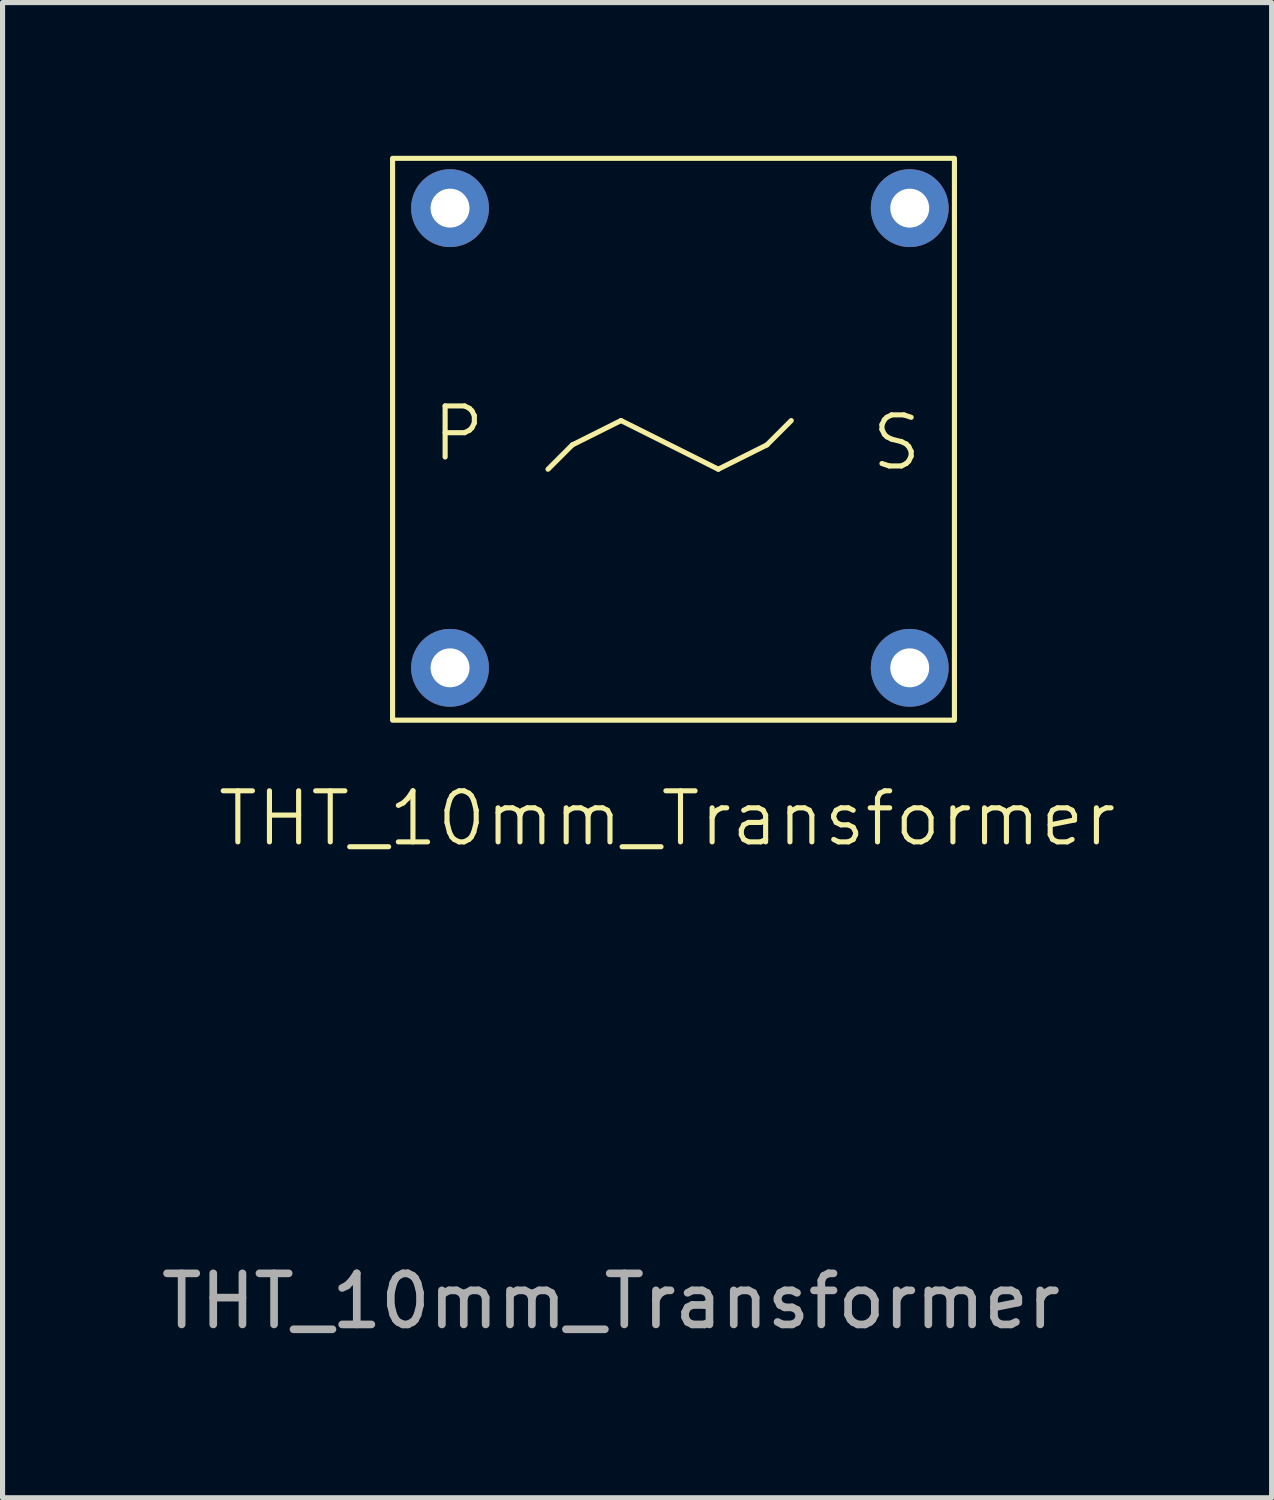
<source format=kicad_pcb>
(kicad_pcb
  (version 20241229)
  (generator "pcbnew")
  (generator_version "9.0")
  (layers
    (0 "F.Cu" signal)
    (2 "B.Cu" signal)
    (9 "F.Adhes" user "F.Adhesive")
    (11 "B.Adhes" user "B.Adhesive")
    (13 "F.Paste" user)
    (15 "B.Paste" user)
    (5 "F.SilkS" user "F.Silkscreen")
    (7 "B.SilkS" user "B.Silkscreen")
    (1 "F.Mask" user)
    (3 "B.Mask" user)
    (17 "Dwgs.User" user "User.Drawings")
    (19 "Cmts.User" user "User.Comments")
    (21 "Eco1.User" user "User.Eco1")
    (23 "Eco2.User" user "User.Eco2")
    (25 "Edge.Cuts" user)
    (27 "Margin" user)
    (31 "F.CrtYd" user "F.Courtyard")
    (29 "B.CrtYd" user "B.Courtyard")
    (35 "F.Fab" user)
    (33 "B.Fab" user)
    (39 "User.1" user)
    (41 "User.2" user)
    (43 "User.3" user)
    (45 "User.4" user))
  (footprint "THT_10mm_Transformer"
    (layer "F.Cu")
    (at 14.661 14.475)
    (property "Reference" "THT_10mm_Transformer" (at -4.65 -1.5 0) (unlocked yes) (layer "F.SilkS") (effects (font (size 1 1) (thickness 0.1))))
    (attr through_hole)
    (fp_rect (start -10.025 -14.425) (end 0.975 -3.425) (stroke (width 0.1) (type default)) (fill no) (layer "F.SilkS"))
    (fp_text user "~" (at -8 -3.3 0) (unlocked yes) (layer "F.SilkS") (effects (font (size 10 10) (thickness 0.1)) (justify left bottom)))
    (fp_text user "P" (at -9.3 -8.45 0) (unlocked yes) (layer "F.SilkS") (effects (font (size 1 1) (thickness 0.1)) (justify left bottom)))
    (fp_text user "S" (at -0.7 -8.275 0) (unlocked yes) (layer "F.SilkS") (effects (font (size 1 1) (thickness 0.1)) (justify left bottom)))
    (fp_text user "${REFERENCE}" (at -5.75 7.95 0) (unlocked yes) (layer "F.Fab") (effects (font (size 1 1) (thickness 0.15))))
    (pad "1" thru_hole circle (at -8.9 -13.45) (size 1.524 1.524) (drill 0.762) (layers "*.Cu" "*.Mask"))
    (pad "2" thru_hole circle (at -8.9 -4.45) (size 1.524 1.524) (drill 0.762) (layers "*.Cu" "*.Mask"))
    (pad "3" thru_hole circle (at 0.1 -13.45) (size 1.524 1.524) (drill 0.762) (layers "*.Cu" "*.Mask"))
    (pad "4" thru_hole circle (at 0.1 -4.45) (size 1.524 1.524) (drill 0.762) (layers "*.Cu" "*.Mask")))
  (gr_rect
    (start -3 -3)
    (end 21.846 26.273)
    (stroke (width 0.1) (type default))
    (fill no)
    (layer "Edge.Cuts")))
</source>
